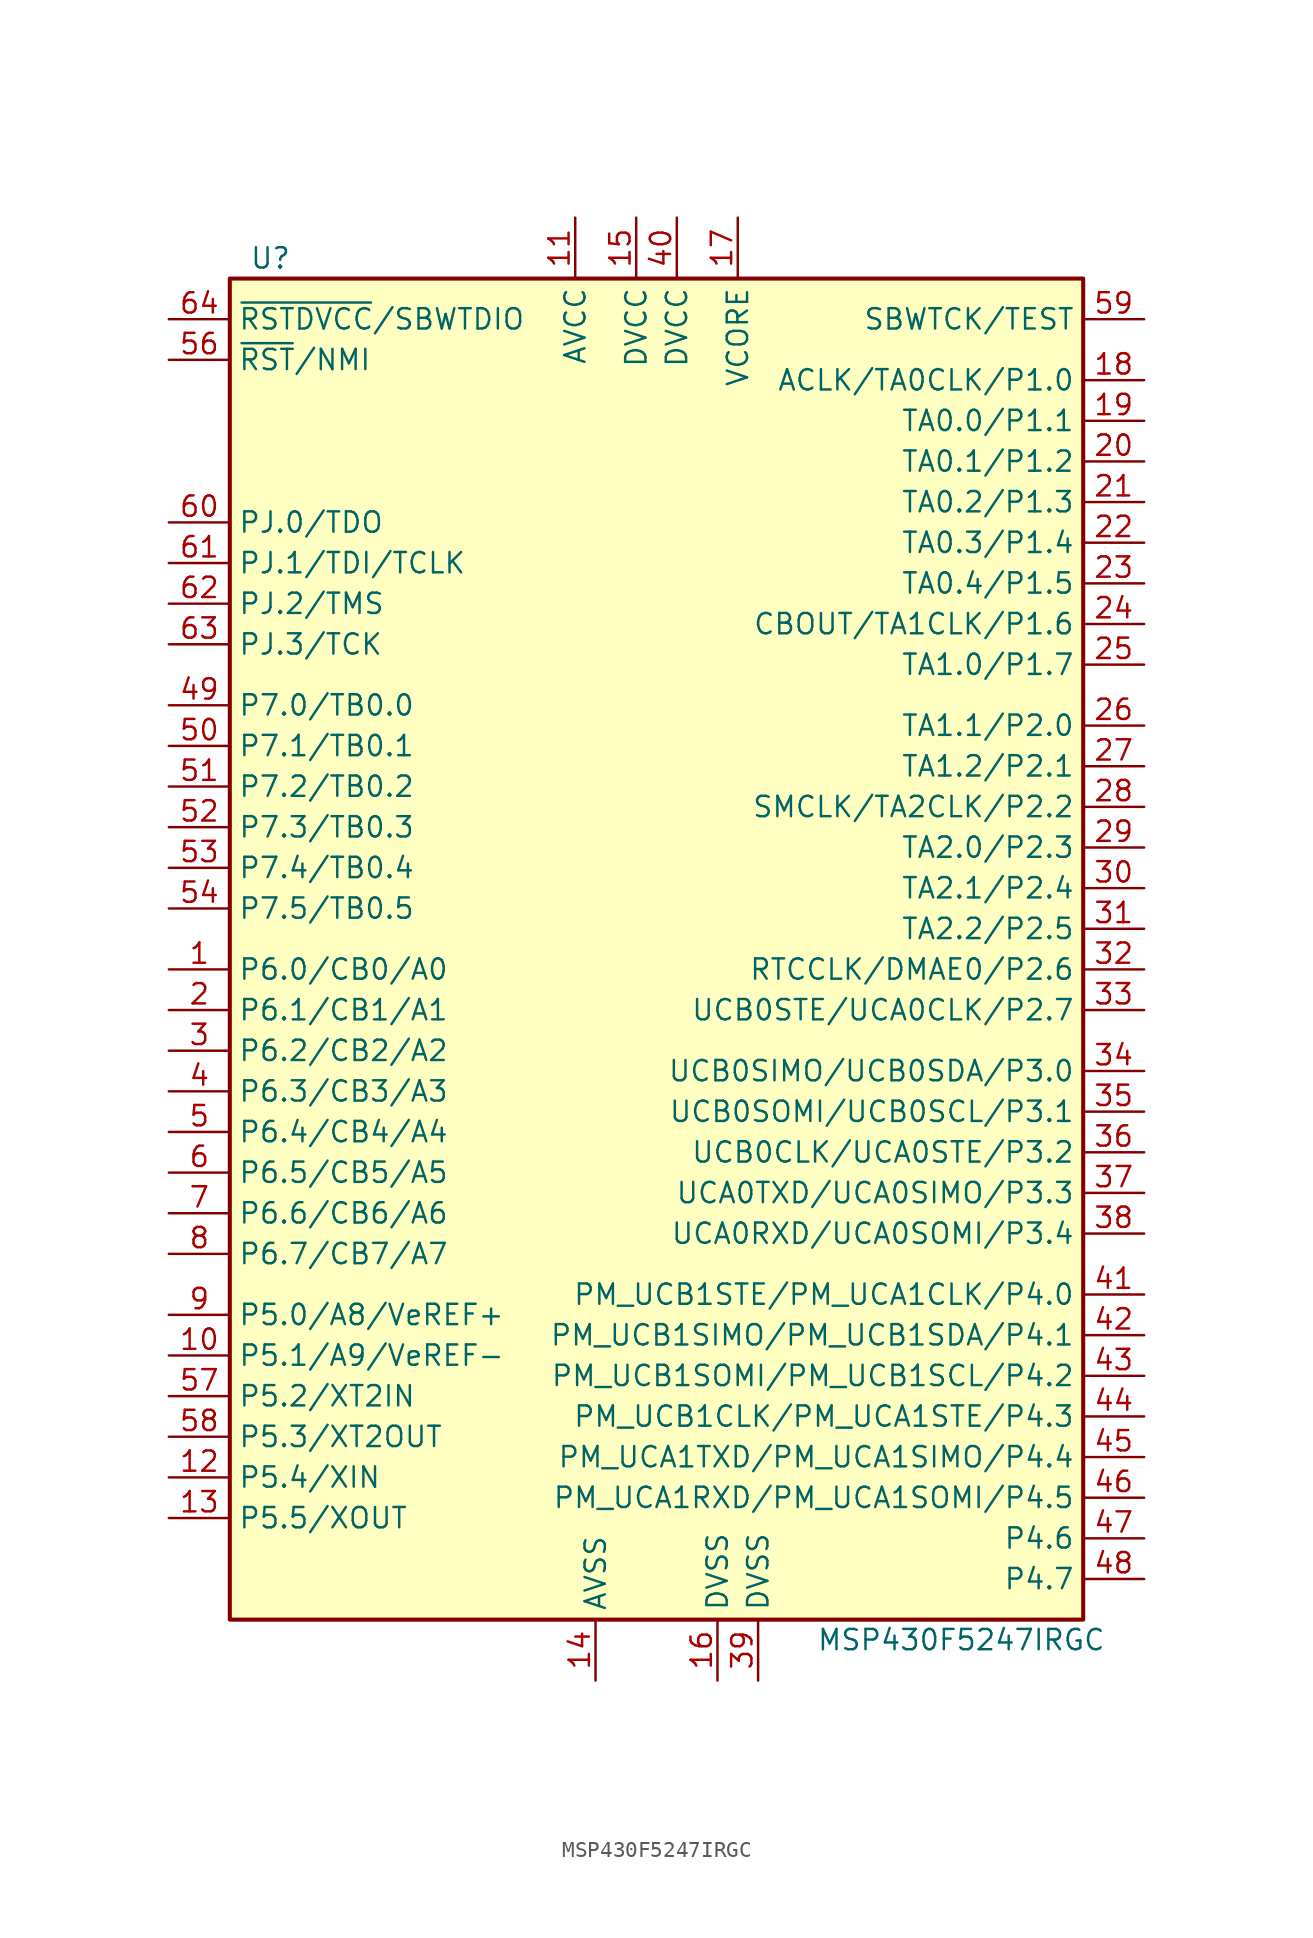
<source format=kicad_sym>
(kicad_symbol_lib
  (version 20201005)
  (generator kicad_symbol_editor)
  (symbol "MSP430F5247IRGC"
    (property "Reference" "U"
      (at -24.13 43.18 0)
      (effects (font (size 1.27 1.27))))
    (property "Value" "MSP430F5247IRGC"
      (at 19.05 -43.18 0)
      (effects (font (size 1.27 1.27))))
    (symbol "MSP430F5247IRGC_0_1"
      (rectangle (start -26.67 41.91) (end 26.67 -41.91) (stroke (width 0.254)) (fill (type background))))
    (symbol "MSP430F5247IRGC_1_1"
      (pin bidirectional line (at -30.48 -1.27 0) (length 3.81) (name "P6.0/CB0/A0" (effects (font (size 1.27 1.27)))) (number "1" (effects (font (size 1.27 1.27)))))
      (pin bidirectional line (at -30.48 -25.4 0) (length 3.81) (name "P5.1/A9/VeREF-" (effects (font (size 1.27 1.27)))) (number "10" (effects (font (size 1.27 1.27)))))
      (pin power_in line (at -5.08 45.72 270) (length 3.81) (name "AVCC" (effects (font (size 1.27 1.27)))) (number "11" (effects (font (size 1.27 1.27)))))
      (pin bidirectional line (at -30.48 -33.02 0) (length 3.81) (name "P5.4/XIN" (effects (font (size 1.27 1.27)))) (number "12" (effects (font (size 1.27 1.27)))))
      (pin bidirectional line (at -30.48 -35.56 0) (length 3.81) (name "P5.5/XOUT" (effects (font (size 1.27 1.27)))) (number "13" (effects (font (size 1.27 1.27)))))
      (pin power_in line (at -3.81 -45.72 90) (length 3.81) (name "AVSS" (effects (font (size 1.27 1.27)))) (number "14" (effects (font (size 1.27 1.27)))))
      (pin power_in line (at -1.27 45.72 270) (length 3.81) (name "DVCC" (effects (font (size 1.27 1.27)))) (number "15" (effects (font (size 1.27 1.27)))))
      (pin power_in line (at 3.81 -45.72 90) (length 3.81) (name "DVSS" (effects (font (size 1.27 1.27)))) (number "16" (effects (font (size 1.27 1.27)))))
      (pin power_in line (at 5.08 45.72 270) (length 3.81) (name "VCORE" (effects (font (size 1.27 1.27)))) (number "17" (effects (font (size 1.27 1.27)))))
      (pin bidirectional line (at 30.48 35.56 180) (length 3.81) (name "ACLK/TA0CLK/P1.0" (effects (font (size 1.27 1.27)))) (number "18" (effects (font (size 1.27 1.27)))))
      (pin bidirectional line (at 30.48 33.02 180) (length 3.81) (name "TA0.0/P1.1" (effects (font (size 1.27 1.27)))) (number "19" (effects (font (size 1.27 1.27)))))
      (pin bidirectional line (at -30.48 -3.81 0) (length 3.81) (name "P6.1/CB1/A1" (effects (font (size 1.27 1.27)))) (number "2" (effects (font (size 1.27 1.27)))))
      (pin bidirectional line (at 30.48 30.48 180) (length 3.81) (name "TA0.1/P1.2" (effects (font (size 1.27 1.27)))) (number "20" (effects (font (size 1.27 1.27)))))
      (pin bidirectional line (at 30.48 27.94 180) (length 3.81) (name "TA0.2/P1.3" (effects (font (size 1.27 1.27)))) (number "21" (effects (font (size 1.27 1.27)))))
      (pin bidirectional line (at 30.48 25.4 180) (length 3.81) (name "TA0.3/P1.4" (effects (font (size 1.27 1.27)))) (number "22" (effects (font (size 1.27 1.27)))))
      (pin bidirectional line (at 30.48 22.86 180) (length 3.81) (name "TA0.4/P1.5" (effects (font (size 1.27 1.27)))) (number "23" (effects (font (size 1.27 1.27)))))
      (pin bidirectional line (at 30.48 20.32 180) (length 3.81) (name "CBOUT/TA1CLK/P1.6" (effects (font (size 1.27 1.27)))) (number "24" (effects (font (size 1.27 1.27)))))
      (pin bidirectional line (at 30.48 17.78 180) (length 3.81) (name "TA1.0/P1.7" (effects (font (size 1.27 1.27)))) (number "25" (effects (font (size 1.27 1.27)))))
      (pin bidirectional line (at 30.48 13.97 180) (length 3.81) (name "TA1.1/P2.0" (effects (font (size 1.27 1.27)))) (number "26" (effects (font (size 1.27 1.27)))))
      (pin bidirectional line (at 30.48 11.43 180) (length 3.81) (name "TA1.2/P2.1" (effects (font (size 1.27 1.27)))) (number "27" (effects (font (size 1.27 1.27)))))
      (pin bidirectional line (at 30.48 8.89 180) (length 3.81) (name "SMCLK/TA2CLK/P2.2" (effects (font (size 1.27 1.27)))) (number "28" (effects (font (size 1.27 1.27)))))
      (pin bidirectional line (at 30.48 6.35 180) (length 3.81) (name "TA2.0/P2.3" (effects (font (size 1.27 1.27)))) (number "29" (effects (font (size 1.27 1.27)))))
      (pin bidirectional line (at -30.48 -6.35 0) (length 3.81) (name "P6.2/CB2/A2" (effects (font (size 1.27 1.27)))) (number "3" (effects (font (size 1.27 1.27)))))
      (pin bidirectional line (at 30.48 3.81 180) (length 3.81) (name "TA2.1/P2.4" (effects (font (size 1.27 1.27)))) (number "30" (effects (font (size 1.27 1.27)))))
      (pin bidirectional line (at 30.48 1.27 180) (length 3.81) (name "TA2.2/P2.5" (effects (font (size 1.27 1.27)))) (number "31" (effects (font (size 1.27 1.27)))))
      (pin bidirectional line (at 30.48 -1.27 180) (length 3.81) (name "RTCCLK/DMAE0/P2.6" (effects (font (size 1.27 1.27)))) (number "32" (effects (font (size 1.27 1.27)))))
      (pin bidirectional line (at 30.48 -3.81 180) (length 3.81) (name "UCB0STE/UCA0CLK/P2.7" (effects (font (size 1.27 1.27)))) (number "33" (effects (font (size 1.27 1.27)))))
      (pin bidirectional line (at 30.48 -7.62 180) (length 3.81) (name "UCB0SIMO/UCB0SDA/P3.0" (effects (font (size 1.27 1.27)))) (number "34" (effects (font (size 1.27 1.27)))))
      (pin bidirectional line (at 30.48 -10.16 180) (length 3.81) (name "UCB0SOMI/UCB0SCL/P3.1" (effects (font (size 1.27 1.27)))) (number "35" (effects (font (size 1.27 1.27)))))
      (pin bidirectional line (at 30.48 -12.7 180) (length 3.81) (name "UCB0CLK/UCA0STE/P3.2" (effects (font (size 1.27 1.27)))) (number "36" (effects (font (size 1.27 1.27)))))
      (pin bidirectional line (at 30.48 -15.24 180) (length 3.81) (name "UCA0TXD/UCA0SIMO/P3.3" (effects (font (size 1.27 1.27)))) (number "37" (effects (font (size 1.27 1.27)))))
      (pin bidirectional line (at 30.48 -17.78 180) (length 3.81) (name "UCA0RXD/UCA0SOMI/P3.4" (effects (font (size 1.27 1.27)))) (number "38" (effects (font (size 1.27 1.27)))))
      (pin power_in line (at 6.35 -45.72 90) (length 3.81) (name "DVSS" (effects (font (size 1.27 1.27)))) (number "39" (effects (font (size 1.27 1.27)))))
      (pin bidirectional line (at -30.48 -8.89 0) (length 3.81) (name "P6.3/CB3/A3" (effects (font (size 1.27 1.27)))) (number "4" (effects (font (size 1.27 1.27)))))
      (pin power_in line (at 1.27 45.72 270) (length 3.81) (name "DVCC" (effects (font (size 1.27 1.27)))) (number "40" (effects (font (size 1.27 1.27)))))
      (pin bidirectional line (at 30.48 -21.59 180) (length 3.81) (name "PM_UCB1STE/PM_UCA1CLK/P4.0" (effects (font (size 1.27 1.27)))) (number "41" (effects (font (size 1.27 1.27)))))
      (pin bidirectional line (at 30.48 -24.13 180) (length 3.81) (name "PM_UCB1SIMO/PM_UCB1SDA/P4.1" (effects (font (size 1.27 1.27)))) (number "42" (effects (font (size 1.27 1.27)))))
      (pin bidirectional line (at 30.48 -26.67 180) (length 3.81) (name "PM_UCB1SOMI/PM_UCB1SCL/P4.2" (effects (font (size 1.27 1.27)))) (number "43" (effects (font (size 1.27 1.27)))))
      (pin bidirectional line (at 30.48 -29.21 180) (length 3.81) (name "PM_UCB1CLK/PM_UCA1STE/P4.3" (effects (font (size 1.27 1.27)))) (number "44" (effects (font (size 1.27 1.27)))))
      (pin bidirectional line (at 30.48 -31.75 180) (length 3.81) (name "PM_UCA1TXD/PM_UCA1SIMO/P4.4" (effects (font (size 1.27 1.27)))) (number "45" (effects (font (size 1.27 1.27)))))
      (pin bidirectional line (at 30.48 -34.29 180) (length 3.81) (name "PM_UCA1RXD/PM_UCA1SOMI/P4.5" (effects (font (size 1.27 1.27)))) (number "46" (effects (font (size 1.27 1.27)))))
      (pin bidirectional line (at 30.48 -36.83 180) (length 3.81) (name "P4.6" (effects (font (size 1.27 1.27)))) (number "47" (effects (font (size 1.27 1.27)))))
      (pin bidirectional line (at 30.48 -39.37 180) (length 3.81) (name "P4.7" (effects (font (size 1.27 1.27)))) (number "48" (effects (font (size 1.27 1.27)))))
      (pin bidirectional line (at -30.48 15.24 0) (length 3.81) (name "P7.0/TB0.0" (effects (font (size 1.27 1.27)))) (number "49" (effects (font (size 1.27 1.27)))))
      (pin bidirectional line (at -30.48 -11.43 0) (length 3.81) (name "P6.4/CB4/A4" (effects (font (size 1.27 1.27)))) (number "5" (effects (font (size 1.27 1.27)))))
      (pin bidirectional line (at -30.48 12.7 0) (length 3.81) (name "P7.1/TB0.1" (effects (font (size 1.27 1.27)))) (number "50" (effects (font (size 1.27 1.27)))))
      (pin bidirectional line (at -30.48 10.16 0) (length 3.81) (name "P7.2/TB0.2" (effects (font (size 1.27 1.27)))) (number "51" (effects (font (size 1.27 1.27)))))
      (pin bidirectional line (at -30.48 7.62 0) (length 3.81) (name "P7.3/TB0.3" (effects (font (size 1.27 1.27)))) (number "52" (effects (font (size 1.27 1.27)))))
      (pin bidirectional line (at -30.48 5.08 0) (length 3.81) (name "P7.4/TB0.4" (effects (font (size 1.27 1.27)))) (number "53" (effects (font (size 1.27 1.27)))))
      (pin bidirectional line (at -30.48 2.54 0) (length 3.81) (name "P7.5/TB0.5" (effects (font (size 1.27 1.27)))) (number "54" (effects (font (size 1.27 1.27)))))
      (pin input line (at -30.48 36.83 0) (length 3.81) (name "~RST~/NMI" (effects (font (size 1.27 1.27)))) (number "56" (effects (font (size 1.27 1.27)))))
      (pin bidirectional line (at -30.48 -27.94 0) (length 3.81) (name "P5.2/XT2IN" (effects (font (size 1.27 1.27)))) (number "57" (effects (font (size 1.27 1.27)))))
      (pin bidirectional line (at -30.48 -30.48 0) (length 3.81) (name "P5.3/XT2OUT" (effects (font (size 1.27 1.27)))) (number "58" (effects (font (size 1.27 1.27)))))
      (pin input line (at 30.48 39.37 180) (length 3.81) (name "SBWTCK/TEST" (effects (font (size 1.27 1.27)))) (number "59" (effects (font (size 1.27 1.27)))))
      (pin bidirectional line (at -30.48 -13.97 0) (length 3.81) (name "P6.5/CB5/A5" (effects (font (size 1.27 1.27)))) (number "6" (effects (font (size 1.27 1.27)))))
      (pin bidirectional line (at -30.48 26.67 0) (length 3.81) (name "PJ.0/TDO" (effects (font (size 1.27 1.27)))) (number "60" (effects (font (size 1.27 1.27)))))
      (pin bidirectional line (at -30.48 24.13 0) (length 3.81) (name "PJ.1/TDI/TCLK" (effects (font (size 1.27 1.27)))) (number "61" (effects (font (size 1.27 1.27)))))
      (pin bidirectional line (at -30.48 21.59 0) (length 3.81) (name "PJ.2/TMS" (effects (font (size 1.27 1.27)))) (number "62" (effects (font (size 1.27 1.27)))))
      (pin bidirectional line (at -30.48 19.05 0) (length 3.81) (name "PJ.3/TCK" (effects (font (size 1.27 1.27)))) (number "63" (effects (font (size 1.27 1.27)))))
      (pin bidirectional line (at -30.48 39.37 0) (length 3.81) (name "~RSTDVCC~/SBWTDIO" (effects (font (size 1.27 1.27)))) (number "64" (effects (font (size 1.27 1.27)))))
      (pin bidirectional line (at -30.48 -16.51 0) (length 3.81) (name "P6.6/CB6/A6" (effects (font (size 1.27 1.27)))) (number "7" (effects (font (size 1.27 1.27)))))
      (pin bidirectional line (at -30.48 -19.05 0) (length 3.81) (name "P6.7/CB7/A7" (effects (font (size 1.27 1.27)))) (number "8" (effects (font (size 1.27 1.27)))))
      (pin bidirectional line (at -30.48 -22.86 0) (length 3.81) (name "P5.0/A8/VeREF+" (effects (font (size 1.27 1.27)))) (number "9" (effects (font (size 1.27 1.27))))))))
</source>
